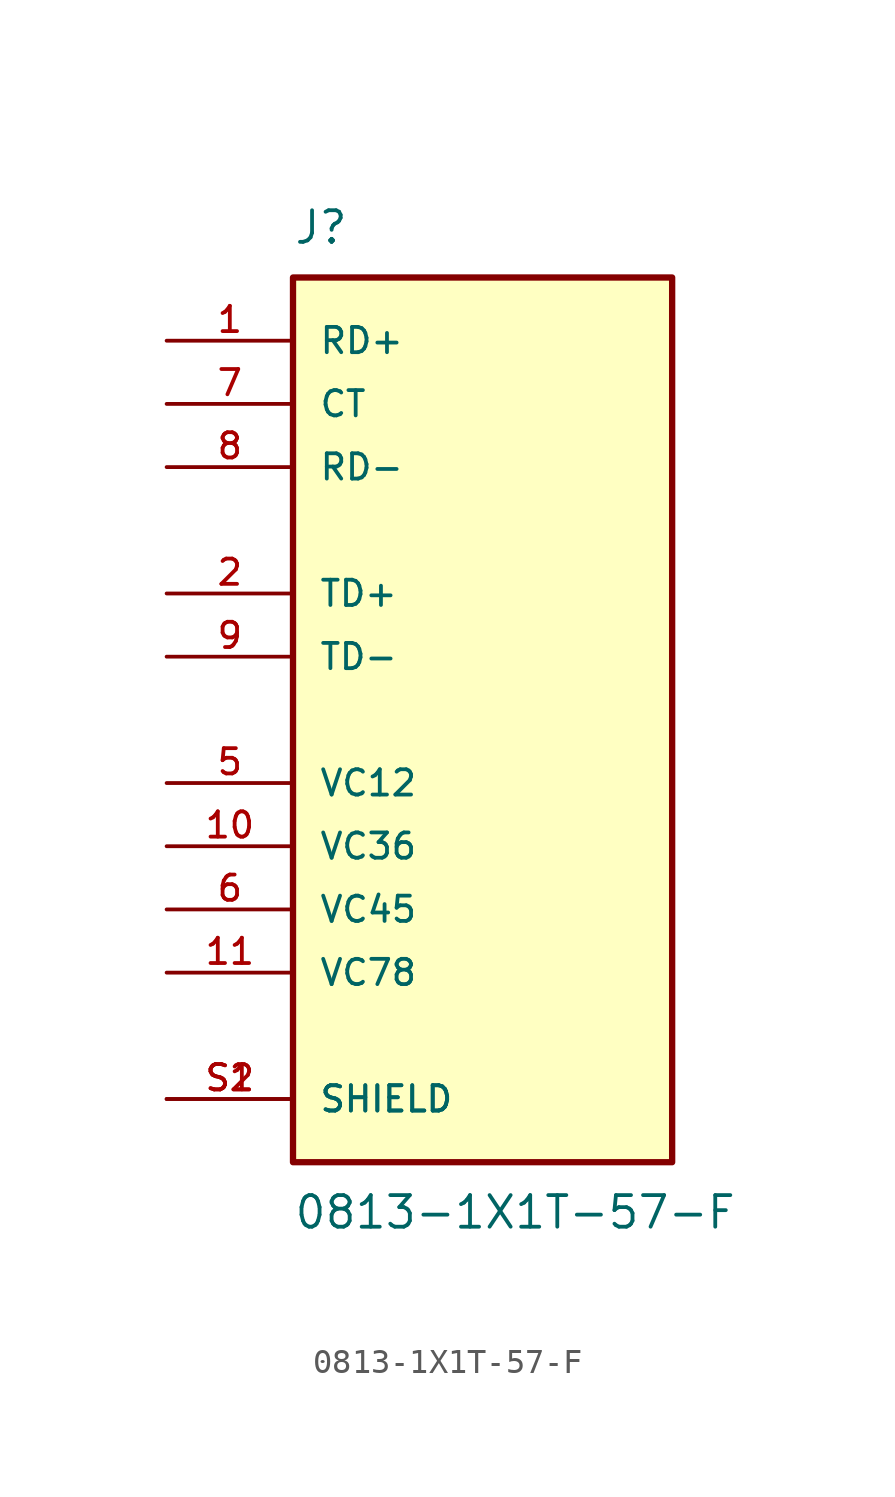
<source format=kicad_sym>
(kicad_symbol_lib
  (version 20211014)
  (generator kicad_symbol_editor)
  (symbol "0813-1X1T-57-F"
    (pin_names
      (offset 1.016))
    (property "Reference" "J"
      (at -7.62 19.05 0)
      (effects (font (size 1.27 1.27)) (justify bottom left)))
    (property "Value" "0813-1X1T-57-F"
      (at -7.62 -19.05 0)
      (effects (font (size 1.27 1.27)) (justify top left)))
    (symbol "0813-1X1T-57-F_0_0"
      (rectangle (start -7.62 -17.78) (end 7.62 17.78) (stroke (width 0.254)) (fill (type background)))
      (pin passive line (at -12.7 10.16 0) (length 5.08) (name "RD-" (effects (font (size 1.016 1.016)))) (number "8" (effects (font (size 1.016 1.016)))))
      (pin passive line (at -12.7 15.24 0) (length 5.08) (name "RD+" (effects (font (size 1.016 1.016)))) (number "1" (effects (font (size 1.016 1.016)))))
      (pin passive line (at -12.7 2.54 0) (length 5.08) (name "TD-" (effects (font (size 1.016 1.016)))) (number "9" (effects (font (size 1.016 1.016)))))
      (pin passive line (at -12.7 5.08 0) (length 5.08) (name "TD+" (effects (font (size 1.016 1.016)))) (number "2" (effects (font (size 1.016 1.016)))))
      (pin passive line (at -12.7 -2.54 0) (length 5.08) (name "VC12" (effects (font (size 1.016 1.016)))) (number "5" (effects (font (size 1.016 1.016)))))
      (pin passive line (at -12.7 -5.08 0) (length 5.08) (name "VC36" (effects (font (size 1.016 1.016)))) (number "10" (effects (font (size 1.016 1.016)))))
      (pin passive line (at -12.7 12.7 0) (length 5.08) (name "CT" (effects (font (size 1.016 1.016)))) (number "7" (effects (font (size 1.016 1.016)))))
      (pin passive line (at -12.7 -15.24 0) (length 5.08) (name "SHIELD" (effects (font (size 1.016 1.016)))) (number "S1" (effects (font (size 1.016 1.016)))))
      (pin passive line (at -12.7 -15.24 0) (length 5.08) (name "SHIELD" (effects (font (size 1.016 1.016)))) (number "S2" (effects (font (size 1.016 1.016)))))
      (pin passive line (at -12.7 -7.62 0) (length 5.08) (name "VC45" (effects (font (size 1.016 1.016)))) (number "6" (effects (font (size 1.016 1.016)))))
      (pin passive line (at -12.7 -10.16 0) (length 5.08) (name "VC78" (effects (font (size 1.016 1.016)))) (number "11" (effects (font (size 1.016 1.016))))))))
</source>
